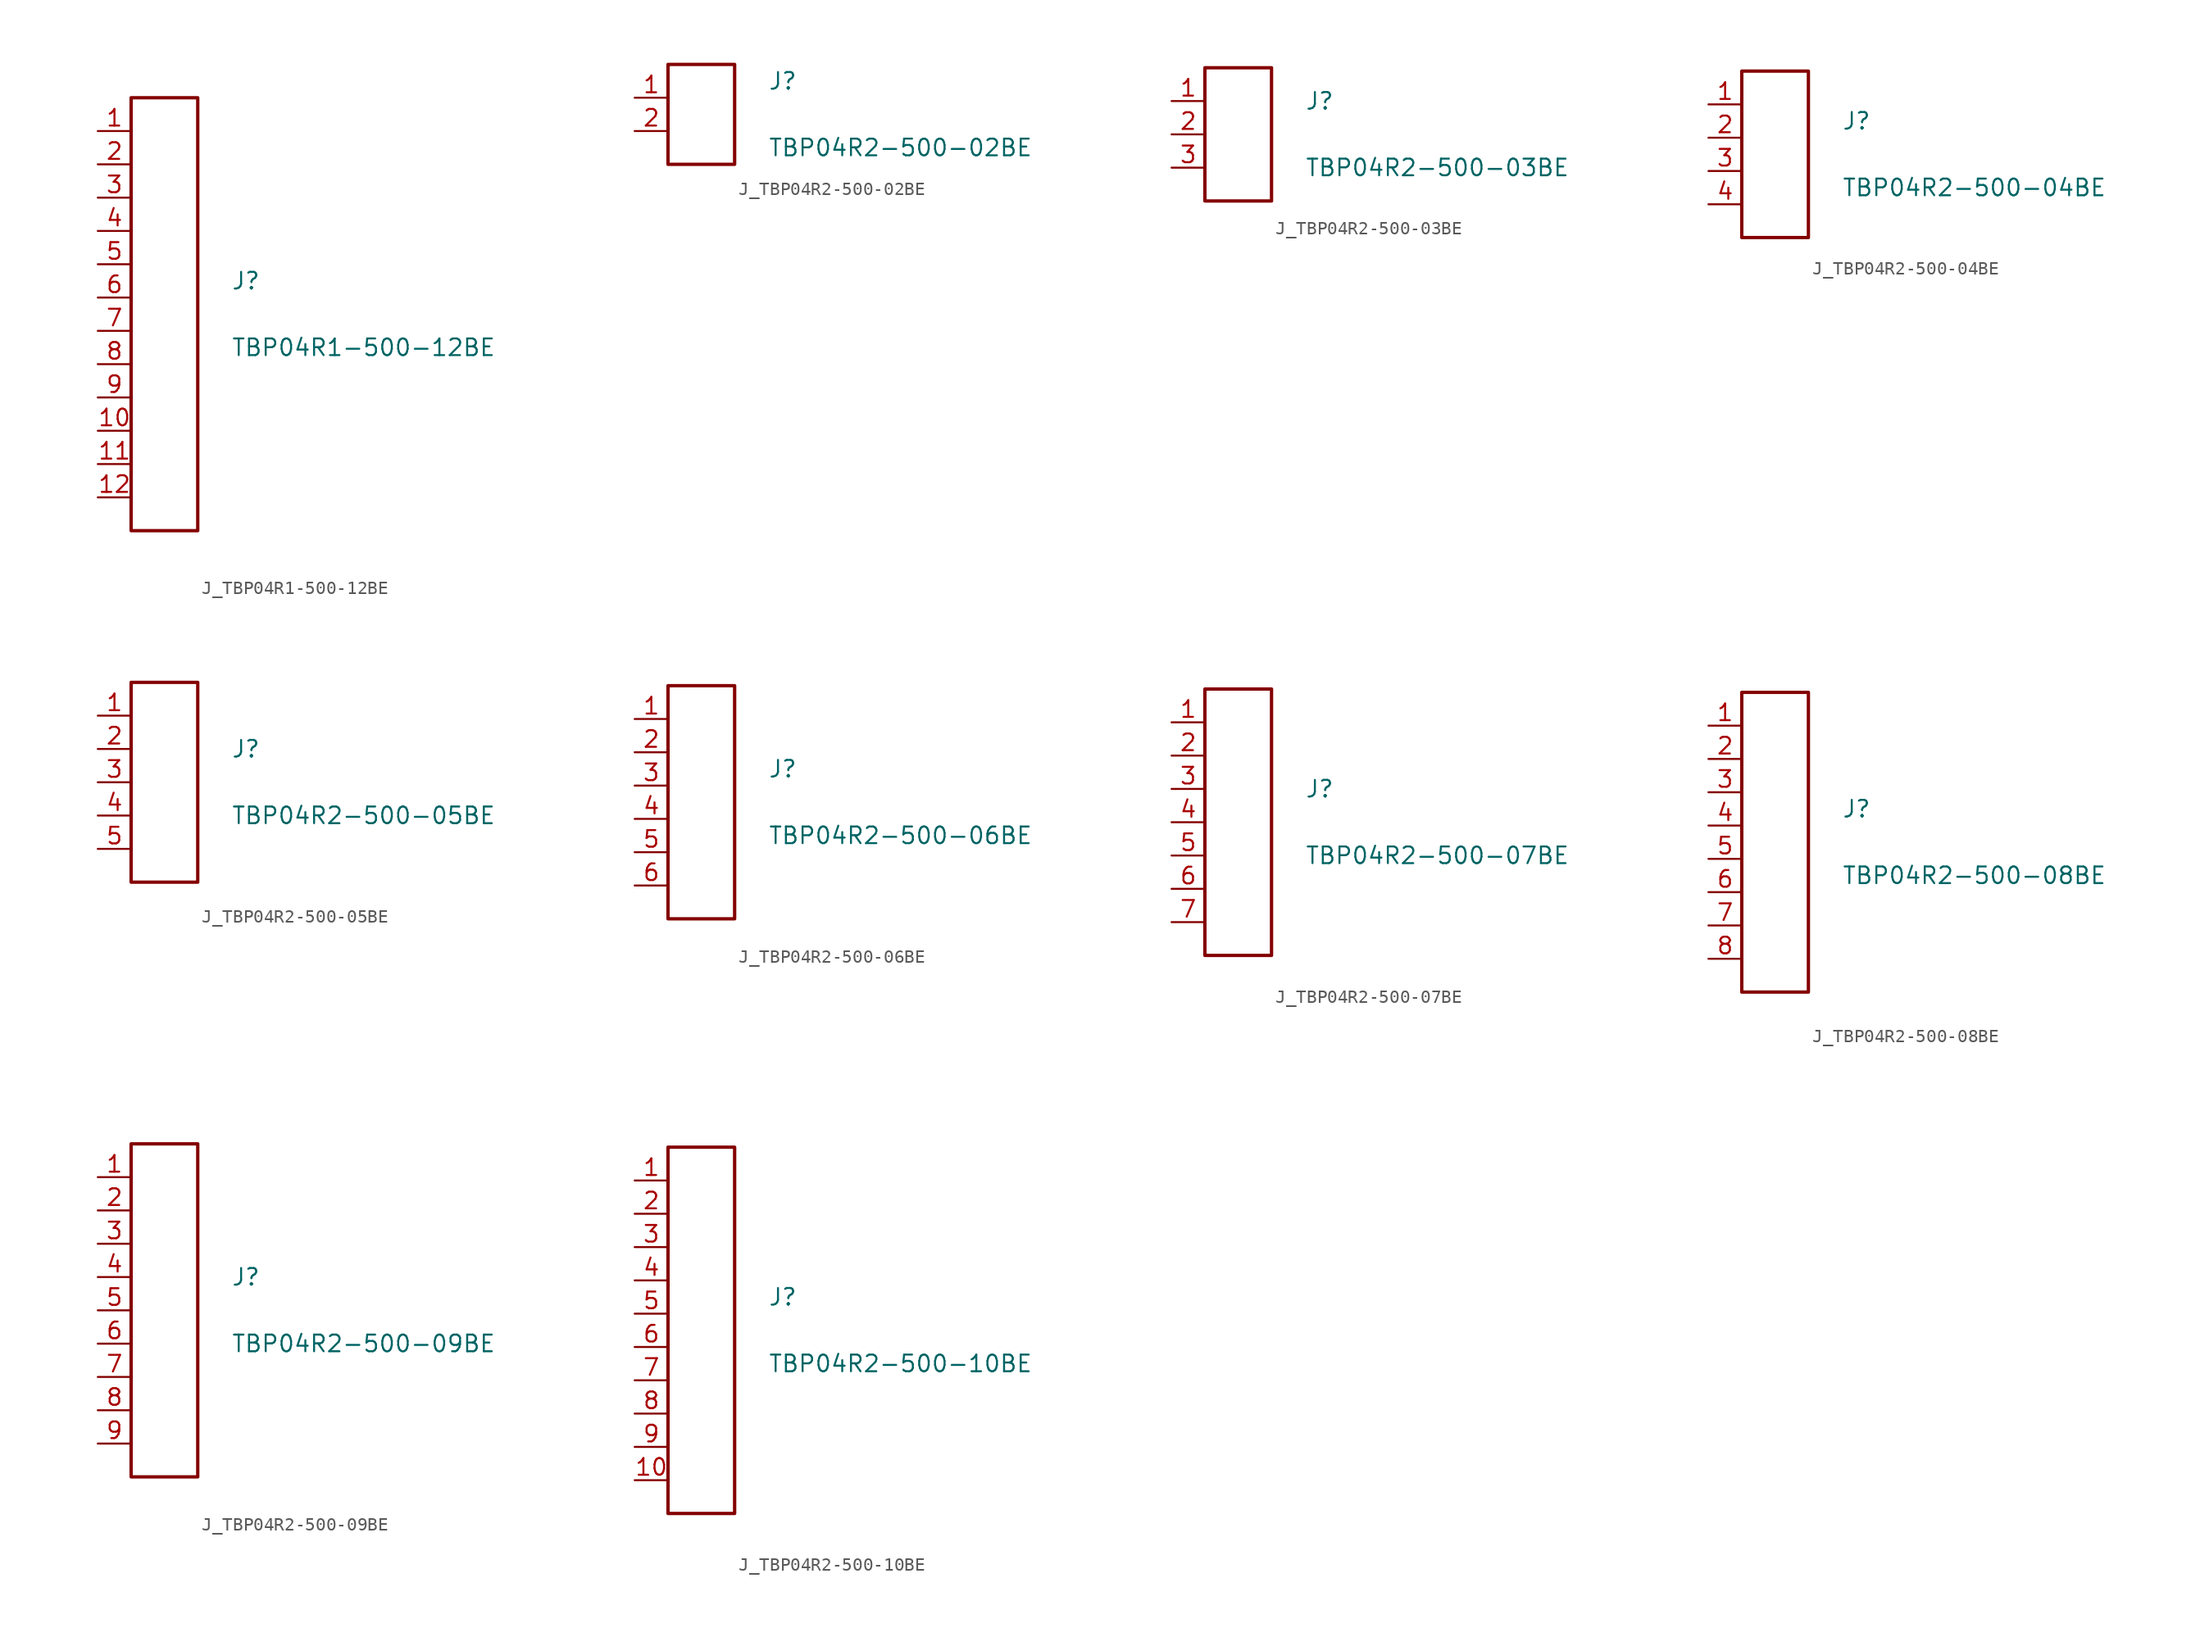
<source format=kicad_sym>
(kicad_symbol_lib
  (version 20231120)
  (generator kicad_symbol_editor)
  (generator_version 8.0)
  (symbol "J_TBP04R1-500-12BE"
    (pin_names
      (offset 0.254))
    (property "Reference" "J"
      (at 5.08 2.54 0)
      (effects (font (size 1.27 1.27)) (justify left)))
    (property "Value" "TBP04R1-500-12BE"
      (at 5.08 -2.54 0)
      (effects (font (size 1.27 1.27)) (justify left)))
    (symbol "J_TBP04R1-500-12BE_0_0"
      (pin unspecified line (at -5.08 13.97 0) (length 2.54) (name "" (effects (font (size 1.27 1.27)))) (number "1" (effects (font (size 1.27 1.27)))))
      (pin unspecified line (at -5.08 11.43 0) (length 2.54) (name "" (effects (font (size 1.27 1.27)))) (number "2" (effects (font (size 1.27 1.27)))))
      (pin unspecified line (at -5.08 8.89 0) (length 2.54) (name "" (effects (font (size 1.27 1.27)))) (number "3" (effects (font (size 1.27 1.27)))))
      (pin unspecified line (at -5.08 6.35 0) (length 2.54) (name "" (effects (font (size 1.27 1.27)))) (number "4" (effects (font (size 1.27 1.27)))))
      (pin unspecified line (at -5.08 3.81 0) (length 2.54) (name "" (effects (font (size 1.27 1.27)))) (number "5" (effects (font (size 1.27 1.27)))))
      (pin unspecified line (at -5.08 1.27 0) (length 2.54) (name "" (effects (font (size 1.27 1.27)))) (number "6" (effects (font (size 1.27 1.27)))))
      (pin unspecified line (at -5.08 -1.27 0) (length 2.54) (name "" (effects (font (size 1.27 1.27)))) (number "7" (effects (font (size 1.27 1.27)))))
      (pin unspecified line (at -5.08 -3.81 0) (length 2.54) (name "" (effects (font (size 1.27 1.27)))) (number "8" (effects (font (size 1.27 1.27)))))
      (pin unspecified line (at -5.08 -6.35 0) (length 2.54) (name "" (effects (font (size 1.27 1.27)))) (number "9" (effects (font (size 1.27 1.27)))))
      (pin unspecified line (at -5.08 -8.89 0) (length 2.54) (name "" (effects (font (size 1.27 1.27)))) (number "10" (effects (font (size 1.27 1.27)))))
      (pin unspecified line (at -5.08 -11.43 0) (length 2.54) (name "" (effects (font (size 1.27 1.27)))) (number "11" (effects (font (size 1.27 1.27)))))
      (pin unspecified line (at -5.08 -13.97 0) (length 2.54) (name "" (effects (font (size 1.27 1.27)))) (number "12" (effects (font (size 1.27 1.27))))))
    (symbol "J_TBP04R1-500-12BE_1_0"
      (rectangle (start -2.54 16.51) (end 2.54 -16.51) (stroke (width 0.254) (type solid)) (fill (type none)))))
  (symbol "J_TBP04R2-500-02BE"
    (pin_names
      (offset 0.254))
    (property "Reference" "J"
      (at 5.08 2.54 0)
      (effects (font (size 1.27 1.27)) (justify left)))
    (property "Value" "TBP04R2-500-02BE"
      (at 5.08 -2.54 0)
      (effects (font (size 1.27 1.27)) (justify left)))
    (symbol "J_TBP04R2-500-02BE_0_0"
      (pin unspecified line (at -5.08 1.27 0) (length 2.54) (name "" (effects (font (size 1.27 1.27)))) (number "1" (effects (font (size 1.27 1.27)))))
      (pin unspecified line (at -5.08 -1.27 0) (length 2.54) (name "" (effects (font (size 1.27 1.27)))) (number "2" (effects (font (size 1.27 1.27))))))
    (symbol "J_TBP04R2-500-02BE_1_0"
      (rectangle (start -2.54 3.81) (end 2.54 -3.81) (stroke (width 0.254) (type solid)) (fill (type none)))))
  (symbol "J_TBP04R2-500-03BE"
    (pin_names
      (offset 0.254))
    (property "Reference" "J"
      (at 5.08 2.54 0)
      (effects (font (size 1.27 1.27)) (justify left)))
    (property "Value" "TBP04R2-500-03BE"
      (at 5.08 -2.54 0)
      (effects (font (size 1.27 1.27)) (justify left)))
    (symbol "J_TBP04R2-500-03BE_0_0"
      (pin unspecified line (at -5.08 2.54 0) (length 2.54) (name "" (effects (font (size 1.27 1.27)))) (number "1" (effects (font (size 1.27 1.27)))))
      (pin unspecified line (at -5.08 0.0 0) (length 2.54) (name "" (effects (font (size 1.27 1.27)))) (number "2" (effects (font (size 1.27 1.27)))))
      (pin unspecified line (at -5.08 -2.54 0) (length 2.54) (name "" (effects (font (size 1.27 1.27)))) (number "3" (effects (font (size 1.27 1.27))))))
    (symbol "J_TBP04R2-500-03BE_1_0"
      (rectangle (start -2.54 5.08) (end 2.54 -5.08) (stroke (width 0.254) (type solid)) (fill (type none)))))
  (symbol "J_TBP04R2-500-04BE"
    (pin_names
      (offset 0.254))
    (property "Reference" "J"
      (at 5.08 2.54 0)
      (effects (font (size 1.27 1.27)) (justify left)))
    (property "Value" "TBP04R2-500-04BE"
      (at 5.08 -2.54 0)
      (effects (font (size 1.27 1.27)) (justify left)))
    (symbol "J_TBP04R2-500-04BE_0_0"
      (pin unspecified line (at -5.08 3.81 0) (length 2.54) (name "" (effects (font (size 1.27 1.27)))) (number "1" (effects (font (size 1.27 1.27)))))
      (pin unspecified line (at -5.08 1.27 0) (length 2.54) (name "" (effects (font (size 1.27 1.27)))) (number "2" (effects (font (size 1.27 1.27)))))
      (pin unspecified line (at -5.08 -1.27 0) (length 2.54) (name "" (effects (font (size 1.27 1.27)))) (number "3" (effects (font (size 1.27 1.27)))))
      (pin unspecified line (at -5.08 -3.81 0) (length 2.54) (name "" (effects (font (size 1.27 1.27)))) (number "4" (effects (font (size 1.27 1.27))))))
    (symbol "J_TBP04R2-500-04BE_1_0"
      (rectangle (start -2.54 6.35) (end 2.54 -6.35) (stroke (width 0.254) (type solid)) (fill (type none)))))
  (symbol "J_TBP04R2-500-05BE"
    (pin_names
      (offset 0.254))
    (property "Reference" "J"
      (at 5.08 2.54 0)
      (effects (font (size 1.27 1.27)) (justify left)))
    (property "Value" "TBP04R2-500-05BE"
      (at 5.08 -2.54 0)
      (effects (font (size 1.27 1.27)) (justify left)))
    (symbol "J_TBP04R2-500-05BE_0_0"
      (pin unspecified line (at -5.08 5.08 0) (length 2.54) (name "" (effects (font (size 1.27 1.27)))) (number "1" (effects (font (size 1.27 1.27)))))
      (pin unspecified line (at -5.08 2.54 0) (length 2.54) (name "" (effects (font (size 1.27 1.27)))) (number "2" (effects (font (size 1.27 1.27)))))
      (pin unspecified line (at -5.08 0.0 0) (length 2.54) (name "" (effects (font (size 1.27 1.27)))) (number "3" (effects (font (size 1.27 1.27)))))
      (pin unspecified line (at -5.08 -2.54 0) (length 2.54) (name "" (effects (font (size 1.27 1.27)))) (number "4" (effects (font (size 1.27 1.27)))))
      (pin unspecified line (at -5.08 -5.08 0) (length 2.54) (name "" (effects (font (size 1.27 1.27)))) (number "5" (effects (font (size 1.27 1.27))))))
    (symbol "J_TBP04R2-500-05BE_1_0"
      (rectangle (start -2.54 7.62) (end 2.54 -7.62) (stroke (width 0.254) (type solid)) (fill (type none)))))
  (symbol "J_TBP04R2-500-06BE"
    (pin_names
      (offset 0.254))
    (property "Reference" "J"
      (at 5.08 2.54 0)
      (effects (font (size 1.27 1.27)) (justify left)))
    (property "Value" "TBP04R2-500-06BE"
      (at 5.08 -2.54 0)
      (effects (font (size 1.27 1.27)) (justify left)))
    (symbol "J_TBP04R2-500-06BE_0_0"
      (pin unspecified line (at -5.08 6.35 0) (length 2.54) (name "" (effects (font (size 1.27 1.27)))) (number "1" (effects (font (size 1.27 1.27)))))
      (pin unspecified line (at -5.08 3.81 0) (length 2.54) (name "" (effects (font (size 1.27 1.27)))) (number "2" (effects (font (size 1.27 1.27)))))
      (pin unspecified line (at -5.08 1.27 0) (length 2.54) (name "" (effects (font (size 1.27 1.27)))) (number "3" (effects (font (size 1.27 1.27)))))
      (pin unspecified line (at -5.08 -1.27 0) (length 2.54) (name "" (effects (font (size 1.27 1.27)))) (number "4" (effects (font (size 1.27 1.27)))))
      (pin unspecified line (at -5.08 -3.81 0) (length 2.54) (name "" (effects (font (size 1.27 1.27)))) (number "5" (effects (font (size 1.27 1.27)))))
      (pin unspecified line (at -5.08 -6.35 0) (length 2.54) (name "" (effects (font (size 1.27 1.27)))) (number "6" (effects (font (size 1.27 1.27))))))
    (symbol "J_TBP04R2-500-06BE_1_0"
      (rectangle (start -2.54 8.89) (end 2.54 -8.89) (stroke (width 0.254) (type solid)) (fill (type none)))))
  (symbol "J_TBP04R2-500-07BE"
    (pin_names
      (offset 0.254))
    (property "Reference" "J"
      (at 5.08 2.54 0)
      (effects (font (size 1.27 1.27)) (justify left)))
    (property "Value" "TBP04R2-500-07BE"
      (at 5.08 -2.54 0)
      (effects (font (size 1.27 1.27)) (justify left)))
    (symbol "J_TBP04R2-500-07BE_0_0"
      (pin unspecified line (at -5.08 7.62 0) (length 2.54) (name "" (effects (font (size 1.27 1.27)))) (number "1" (effects (font (size 1.27 1.27)))))
      (pin unspecified line (at -5.08 5.08 0) (length 2.54) (name "" (effects (font (size 1.27 1.27)))) (number "2" (effects (font (size 1.27 1.27)))))
      (pin unspecified line (at -5.08 2.54 0) (length 2.54) (name "" (effects (font (size 1.27 1.27)))) (number "3" (effects (font (size 1.27 1.27)))))
      (pin unspecified line (at -5.08 0.0 0) (length 2.54) (name "" (effects (font (size 1.27 1.27)))) (number "4" (effects (font (size 1.27 1.27)))))
      (pin unspecified line (at -5.08 -2.54 0) (length 2.54) (name "" (effects (font (size 1.27 1.27)))) (number "5" (effects (font (size 1.27 1.27)))))
      (pin unspecified line (at -5.08 -5.08 0) (length 2.54) (name "" (effects (font (size 1.27 1.27)))) (number "6" (effects (font (size 1.27 1.27)))))
      (pin unspecified line (at -5.08 -7.62 0) (length 2.54) (name "" (effects (font (size 1.27 1.27)))) (number "7" (effects (font (size 1.27 1.27))))))
    (symbol "J_TBP04R2-500-07BE_1_0"
      (rectangle (start -2.54 10.16) (end 2.54 -10.16) (stroke (width 0.254) (type solid)) (fill (type none)))))
  (symbol "J_TBP04R2-500-08BE"
    (pin_names
      (offset 0.254))
    (property "Reference" "J"
      (at 5.08 2.54 0)
      (effects (font (size 1.27 1.27)) (justify left)))
    (property "Value" "TBP04R2-500-08BE"
      (at 5.08 -2.54 0)
      (effects (font (size 1.27 1.27)) (justify left)))
    (symbol "J_TBP04R2-500-08BE_0_0"
      (pin unspecified line (at -5.08 8.89 0) (length 2.54) (name "" (effects (font (size 1.27 1.27)))) (number "1" (effects (font (size 1.27 1.27)))))
      (pin unspecified line (at -5.08 6.35 0) (length 2.54) (name "" (effects (font (size 1.27 1.27)))) (number "2" (effects (font (size 1.27 1.27)))))
      (pin unspecified line (at -5.08 3.81 0) (length 2.54) (name "" (effects (font (size 1.27 1.27)))) (number "3" (effects (font (size 1.27 1.27)))))
      (pin unspecified line (at -5.08 1.27 0) (length 2.54) (name "" (effects (font (size 1.27 1.27)))) (number "4" (effects (font (size 1.27 1.27)))))
      (pin unspecified line (at -5.08 -1.27 0) (length 2.54) (name "" (effects (font (size 1.27 1.27)))) (number "5" (effects (font (size 1.27 1.27)))))
      (pin unspecified line (at -5.08 -3.81 0) (length 2.54) (name "" (effects (font (size 1.27 1.27)))) (number "6" (effects (font (size 1.27 1.27)))))
      (pin unspecified line (at -5.08 -6.35 0) (length 2.54) (name "" (effects (font (size 1.27 1.27)))) (number "7" (effects (font (size 1.27 1.27)))))
      (pin unspecified line (at -5.08 -8.89 0) (length 2.54) (name "" (effects (font (size 1.27 1.27)))) (number "8" (effects (font (size 1.27 1.27))))))
    (symbol "J_TBP04R2-500-08BE_1_0"
      (rectangle (start -2.54 11.43) (end 2.54 -11.43) (stroke (width 0.254) (type solid)) (fill (type none)))))
  (symbol "J_TBP04R2-500-09BE"
    (pin_names
      (offset 0.254))
    (property "Reference" "J"
      (at 5.08 2.54 0)
      (effects (font (size 1.27 1.27)) (justify left)))
    (property "Value" "TBP04R2-500-09BE"
      (at 5.08 -2.54 0)
      (effects (font (size 1.27 1.27)) (justify left)))
    (symbol "J_TBP04R2-500-09BE_0_0"
      (pin unspecified line (at -5.08 10.16 0) (length 2.54) (name "" (effects (font (size 1.27 1.27)))) (number "1" (effects (font (size 1.27 1.27)))))
      (pin unspecified line (at -5.08 7.62 0) (length 2.54) (name "" (effects (font (size 1.27 1.27)))) (number "2" (effects (font (size 1.27 1.27)))))
      (pin unspecified line (at -5.08 5.08 0) (length 2.54) (name "" (effects (font (size 1.27 1.27)))) (number "3" (effects (font (size 1.27 1.27)))))
      (pin unspecified line (at -5.08 2.54 0) (length 2.54) (name "" (effects (font (size 1.27 1.27)))) (number "4" (effects (font (size 1.27 1.27)))))
      (pin unspecified line (at -5.08 0.0 0) (length 2.54) (name "" (effects (font (size 1.27 1.27)))) (number "5" (effects (font (size 1.27 1.27)))))
      (pin unspecified line (at -5.08 -2.54 0) (length 2.54) (name "" (effects (font (size 1.27 1.27)))) (number "6" (effects (font (size 1.27 1.27)))))
      (pin unspecified line (at -5.08 -5.08 0) (length 2.54) (name "" (effects (font (size 1.27 1.27)))) (number "7" (effects (font (size 1.27 1.27)))))
      (pin unspecified line (at -5.08 -7.62 0) (length 2.54) (name "" (effects (font (size 1.27 1.27)))) (number "8" (effects (font (size 1.27 1.27)))))
      (pin unspecified line (at -5.08 -10.16 0) (length 2.54) (name "" (effects (font (size 1.27 1.27)))) (number "9" (effects (font (size 1.27 1.27))))))
    (symbol "J_TBP04R2-500-09BE_1_0"
      (rectangle (start -2.54 12.7) (end 2.54 -12.7) (stroke (width 0.254) (type solid)) (fill (type none)))))
  (symbol "J_TBP04R2-500-10BE"
    (pin_names
      (offset 0.254))
    (property "Reference" "J"
      (at 5.08 2.54 0)
      (effects (font (size 1.27 1.27)) (justify left)))
    (property "Value" "TBP04R2-500-10BE"
      (at 5.08 -2.54 0)
      (effects (font (size 1.27 1.27)) (justify left)))
    (symbol "J_TBP04R2-500-10BE_0_0"
      (pin unspecified line (at -5.08 11.43 0) (length 2.54) (name "" (effects (font (size 1.27 1.27)))) (number "1" (effects (font (size 1.27 1.27)))))
      (pin unspecified line (at -5.08 8.89 0) (length 2.54) (name "" (effects (font (size 1.27 1.27)))) (number "2" (effects (font (size 1.27 1.27)))))
      (pin unspecified line (at -5.08 6.35 0) (length 2.54) (name "" (effects (font (size 1.27 1.27)))) (number "3" (effects (font (size 1.27 1.27)))))
      (pin unspecified line (at -5.08 3.81 0) (length 2.54) (name "" (effects (font (size 1.27 1.27)))) (number "4" (effects (font (size 1.27 1.27)))))
      (pin unspecified line (at -5.08 1.27 0) (length 2.54) (name "" (effects (font (size 1.27 1.27)))) (number "5" (effects (font (size 1.27 1.27)))))
      (pin unspecified line (at -5.08 -1.27 0) (length 2.54) (name "" (effects (font (size 1.27 1.27)))) (number "6" (effects (font (size 1.27 1.27)))))
      (pin unspecified line (at -5.08 -3.81 0) (length 2.54) (name "" (effects (font (size 1.27 1.27)))) (number "7" (effects (font (size 1.27 1.27)))))
      (pin unspecified line (at -5.08 -6.35 0) (length 2.54) (name "" (effects (font (size 1.27 1.27)))) (number "8" (effects (font (size 1.27 1.27)))))
      (pin unspecified line (at -5.08 -8.89 0) (length 2.54) (name "" (effects (font (size 1.27 1.27)))) (number "9" (effects (font (size 1.27 1.27)))))
      (pin unspecified line (at -5.08 -11.43 0) (length 2.54) (name "" (effects (font (size 1.27 1.27)))) (number "10" (effects (font (size 1.27 1.27))))))
    (symbol "J_TBP04R2-500-10BE_1_0"
      (rectangle (start -2.54 13.97) (end 2.54 -13.97) (stroke (width 0.254) (type solid)) (fill (type none))))))
</source>
